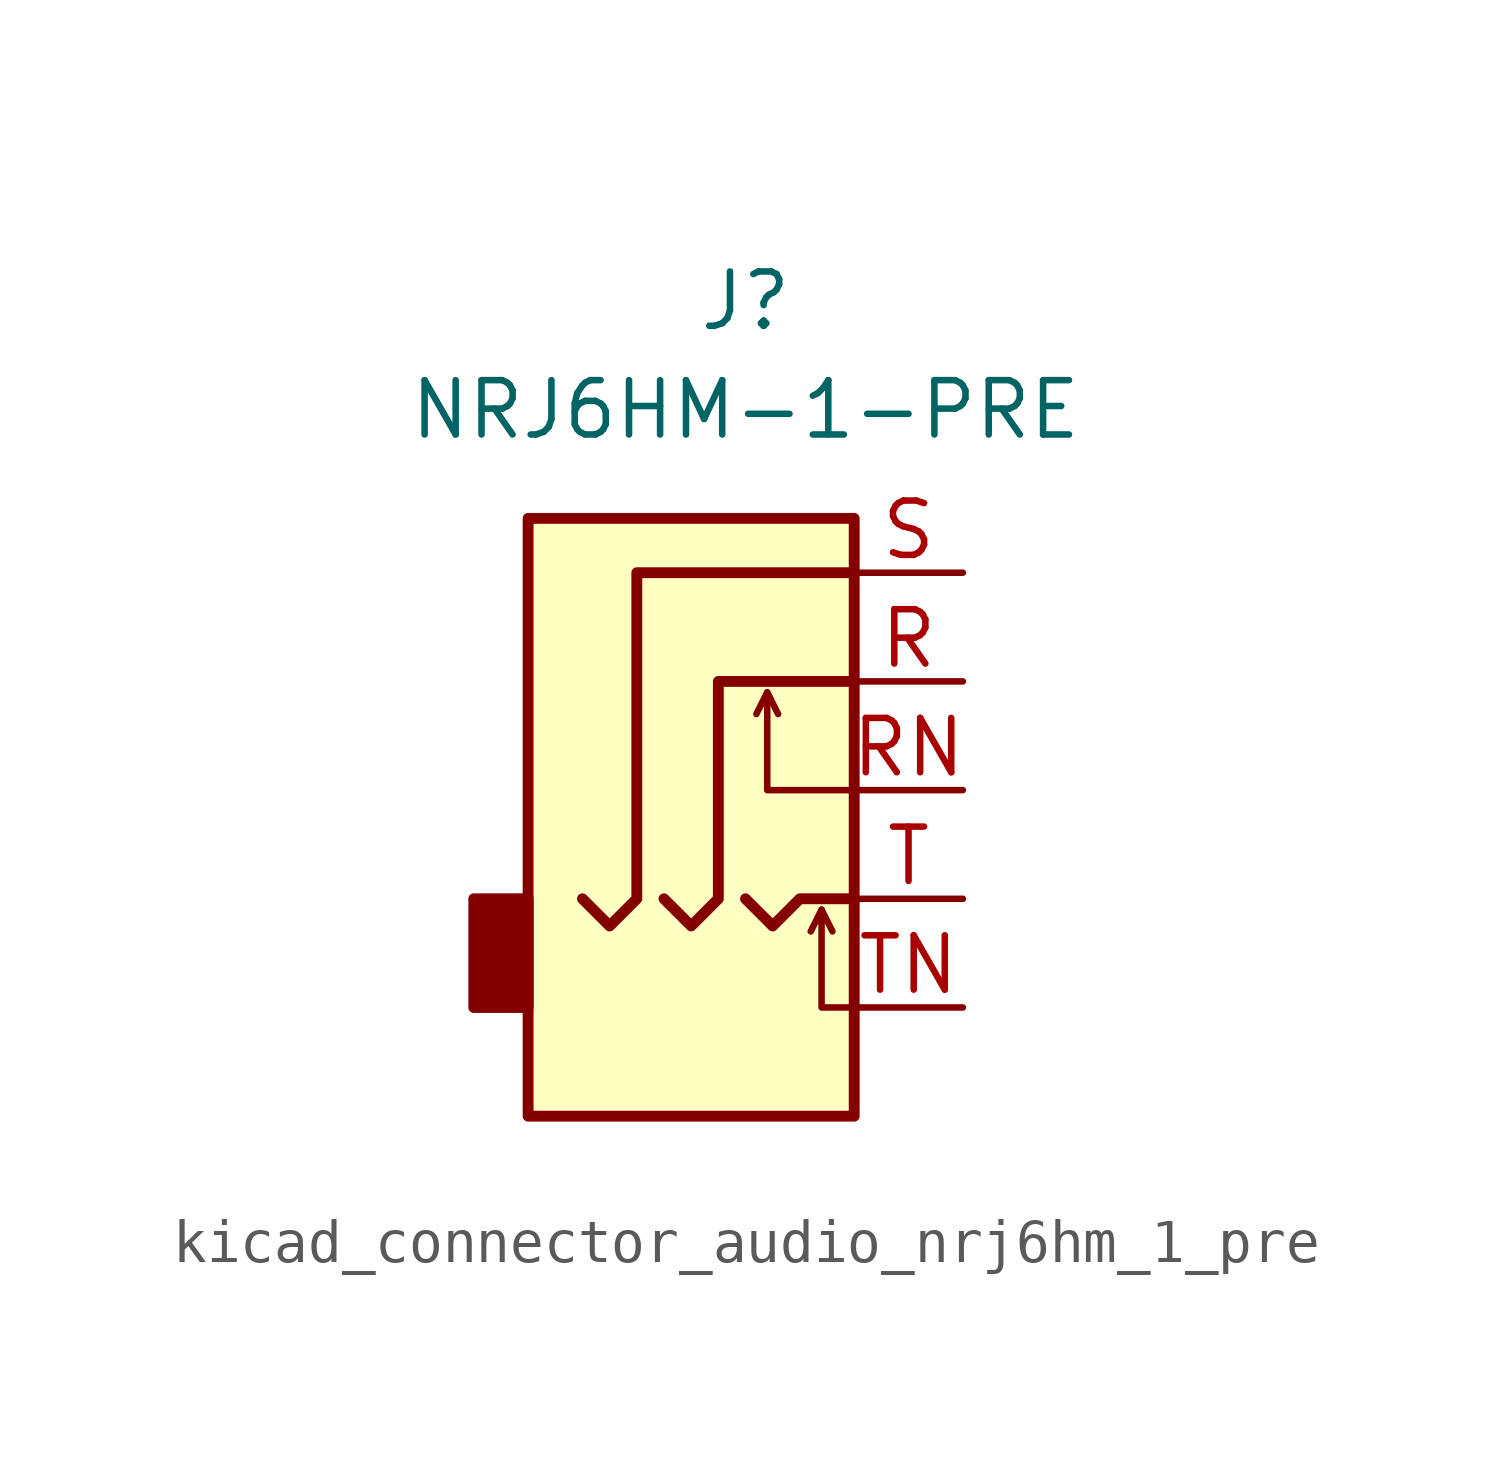
<source format=kicad_sym>
(kicad_symbol_lib
  (version 20220914)
  (generator kicad_symbol_editor)
  (symbol "kicad_connector_audio_nrj6hm_1_pre"
    (property "Reference" "J"
      (at 0 8.89 0)
      (effects (font (size 1.27 1.27))))
    (property "Value" "NRJ6HM-1-PRE"
      (at 0 6.35 0)
      (effects (font (size 1.27 1.27))))
    (symbol "kicad_connector_audio_nrj6hm_1_pre_0_1"
      (rectangle (start -5.08 -5.08) (end -6.35 -7.62) (stroke (width 0.254) (type default)) (fill (type outline)))
      (polyline (pts (xy 0.508 -0.254) (xy 0.762 -0.762)) (stroke (width 0) (type default)) (fill (type none)))
      (polyline (pts (xy 1.778 -5.334) (xy 2.032 -5.842)) (stroke (width 0) (type default)) (fill (type none)))
      (polyline (pts (xy 0 -5.08) (xy 0.635 -5.715) (xy 1.27 -5.08) (xy 2.54 -5.08)) (stroke (width 0.254) (type default)) (fill (type none)))
      (polyline (pts (xy 2.54 -7.62) (xy 1.778 -7.62) (xy 1.778 -5.334) (xy 1.524 -5.842)) (stroke (width 0) (type default)) (fill (type none)))
      (polyline (pts (xy 2.54 -2.54) (xy 0.508 -2.54) (xy 0.508 -0.254) (xy 0.254 -0.762)) (stroke (width 0) (type default)) (fill (type none)))
      (polyline (pts (xy -1.905 -5.08) (xy -1.27 -5.715) (xy -0.635 -5.08) (xy -0.635 0) (xy 2.54 0)) (stroke (width 0.254) (type default)) (fill (type none)))
      (polyline (pts (xy 2.54 2.54) (xy -2.54 2.54) (xy -2.54 -5.08) (xy -3.175 -5.715) (xy -3.81 -5.08)) (stroke (width 0.254) (type default)) (fill (type none)))
      (rectangle (start 2.54 3.81) (end -5.08 -10.16) (stroke (width 0.254) (type default)) (fill (type background))))
    (symbol "kicad_connector_audio_nrj6hm_1_pre_1_1"
      (pin passive line (at 5.08 0 180) (length 2.54) (name "~" (effects (font (size 1.27 1.27)))) (number "R" (effects (font (size 1.27 1.27)))))
      (pin passive line (at 5.08 -2.54 180) (length 2.54) (name "~" (effects (font (size 1.27 1.27)))) (number "RN" (effects (font (size 1.27 1.27)))))
      (pin passive line (at 5.08 2.54 180) (length 2.54) (name "~" (effects (font (size 1.27 1.27)))) (number "S" (effects (font (size 1.27 1.27)))))
      (pin passive line (at 5.08 -5.08 180) (length 2.54) (name "~" (effects (font (size 1.27 1.27)))) (number "T" (effects (font (size 1.27 1.27)))))
      (pin passive line (at 5.08 -7.62 180) (length 2.54) (name "~" (effects (font (size 1.27 1.27)))) (number "TN" (effects (font (size 1.27 1.27))))))))
</source>
